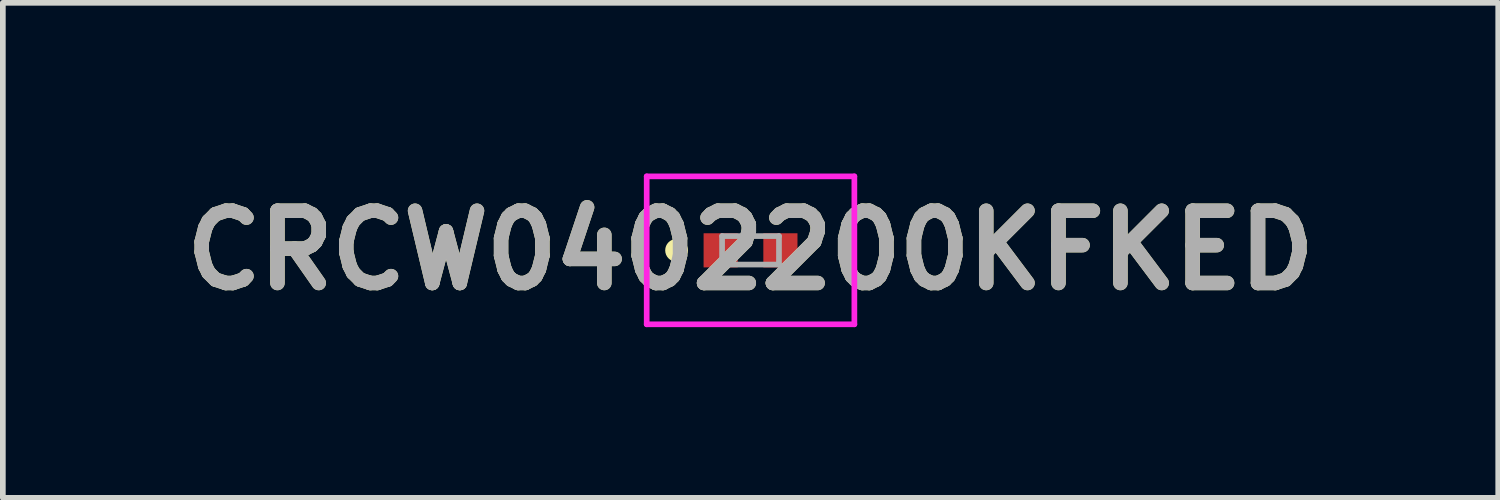
<source format=kicad_pcb>
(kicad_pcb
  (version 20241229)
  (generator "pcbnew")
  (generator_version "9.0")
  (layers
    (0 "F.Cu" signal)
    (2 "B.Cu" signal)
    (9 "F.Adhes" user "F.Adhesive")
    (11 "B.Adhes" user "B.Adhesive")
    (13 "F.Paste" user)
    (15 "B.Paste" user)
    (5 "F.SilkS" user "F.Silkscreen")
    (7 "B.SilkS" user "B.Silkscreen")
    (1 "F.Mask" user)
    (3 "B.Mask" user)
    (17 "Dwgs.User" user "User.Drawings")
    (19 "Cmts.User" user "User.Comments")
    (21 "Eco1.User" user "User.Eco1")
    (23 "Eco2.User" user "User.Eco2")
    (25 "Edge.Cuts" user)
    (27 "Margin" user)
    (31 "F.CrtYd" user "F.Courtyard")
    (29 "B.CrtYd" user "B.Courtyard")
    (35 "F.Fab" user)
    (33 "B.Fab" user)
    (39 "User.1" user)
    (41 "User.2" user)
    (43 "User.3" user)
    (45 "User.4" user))
  (footprint "CRCW0402200KFKED"
    (layer "F.Cu")
    (at 10.142 1.35)
    (property "Reference" "CRCW0402200KFKED" (at 0 0 0) (layer "F.SilkS") (effects (font (size 1.27 1.27) (thickness 0.254))))
    (attr smd)
    (fp_line (start -1.3 -0.1) (end -1.3 -0.1) (stroke (width 0.2) (type solid)) (layer "F.SilkS"))
    (fp_line (start -1.3 0.1) (end -1.3 0.1) (stroke (width 0.2) (type solid)) (layer "F.SilkS"))
    (fp_arc (start -1.3 -0.1) (mid -1.2 0) (end -1.3 0.1) (stroke (width 0.2) (type solid)) (layer "F.SilkS"))
    (fp_arc (start -1.3 0.1) (mid -1.4 0) (end -1.3 -0.1) (stroke (width 0.2) (type solid)) (layer "F.SilkS"))
    (fp_line (start -1.825 -1.3) (end 1.825 -1.3) (stroke (width 0.1) (type solid)) (layer "F.CrtYd"))
    (fp_line (start -1.825 1.3) (end -1.825 -1.3) (stroke (width 0.1) (type solid)) (layer "F.CrtYd"))
    (fp_line (start 1.825 -1.3) (end 1.825 1.3) (stroke (width 0.1) (type solid)) (layer "F.CrtYd"))
    (fp_line (start 1.825 1.3) (end -1.825 1.3) (stroke (width 0.1) (type solid)) (layer "F.CrtYd"))
    (fp_line (start -0.5 -0.25) (end 0.5 -0.25) (stroke (width 0.1) (type solid)) (layer "F.Fab"))
    (fp_line (start -0.5 0.25) (end -0.5 -0.25) (stroke (width 0.1) (type solid)) (layer "F.Fab"))
    (fp_line (start 0.5 -0.25) (end 0.5 0.25) (stroke (width 0.1) (type solid)) (layer "F.Fab"))
    (fp_line (start 0.5 0.25) (end -0.5 0.25) (stroke (width 0.1) (type solid)) (layer "F.Fab"))
    (fp_text user "${REFERENCE}" (at 0 0 0) (layer "F.Fab") (effects (font (size 1.27 1.27) (thickness 0.254))))
    (pad "1" smd rect (at -0.525 0 90) (size 0.6 0.6) (layers "F.Cu" "F.Mask" "F.Paste"))
    (pad "2" smd rect (at 0.525 0 90) (size 0.6 0.6) (layers "F.Cu" "F.Mask" "F.Paste")))
  (gr_rect
    (start -3 -3)
    (end 23.284 5.7)
    (stroke (width 0.1) (type default))
    (fill no)
    (layer "Edge.Cuts")))
</source>
